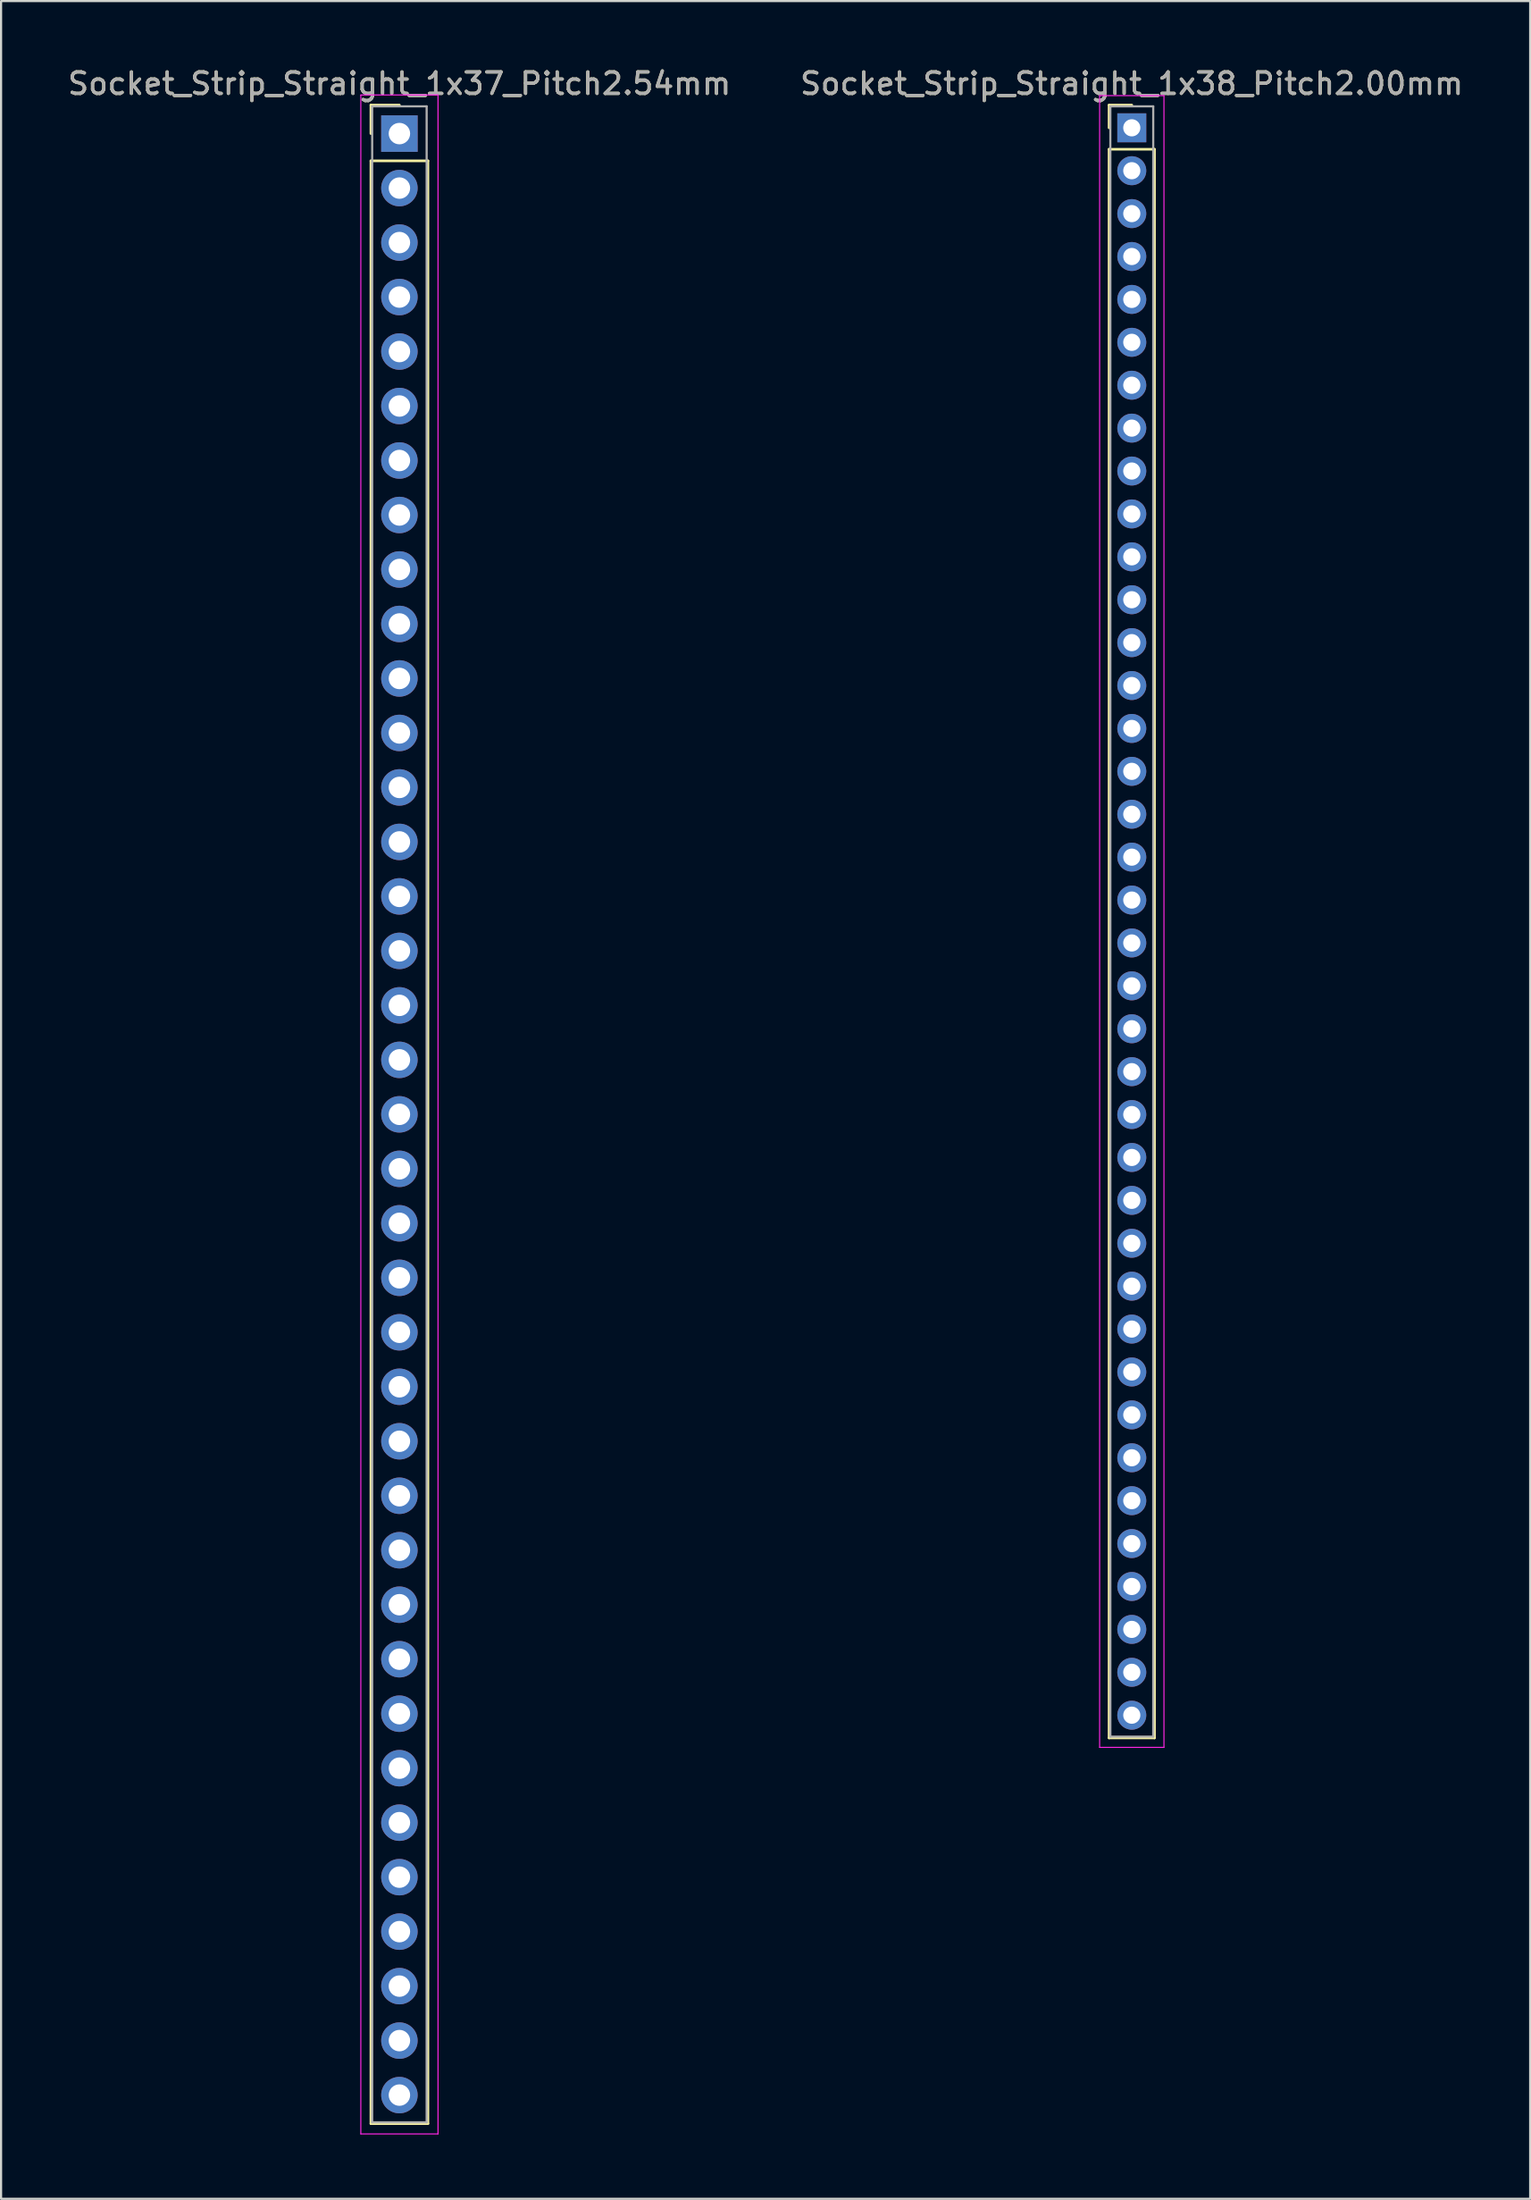
<source format=kicad_pcb>
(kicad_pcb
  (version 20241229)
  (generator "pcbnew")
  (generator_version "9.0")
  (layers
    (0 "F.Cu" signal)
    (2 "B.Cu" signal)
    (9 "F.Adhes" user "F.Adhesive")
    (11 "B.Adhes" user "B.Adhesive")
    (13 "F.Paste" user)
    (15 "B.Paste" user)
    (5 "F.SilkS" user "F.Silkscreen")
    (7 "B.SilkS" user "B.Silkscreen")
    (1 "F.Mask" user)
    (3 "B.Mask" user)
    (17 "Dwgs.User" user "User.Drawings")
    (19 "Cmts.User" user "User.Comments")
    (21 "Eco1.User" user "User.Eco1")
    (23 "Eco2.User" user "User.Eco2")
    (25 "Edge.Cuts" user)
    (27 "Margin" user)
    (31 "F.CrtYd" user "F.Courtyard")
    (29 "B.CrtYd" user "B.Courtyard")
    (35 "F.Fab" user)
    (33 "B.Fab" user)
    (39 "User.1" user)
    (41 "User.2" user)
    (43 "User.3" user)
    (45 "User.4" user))
  (footprint "Socket_Strip_Straight_1x38_Pitch2.00mm"
    (layer "F.Cu")
    (at 49.732 2.908)
    (property "Reference" "Socket_Strip_Straight_1x38_Pitch2.00mm" (at 0 -2.06 0) (layer "F.SilkS") (effects (font (size 1 1) (thickness 0.15))))
    (attr through_hole)
    (fp_line (start -1.06 -1.06) (end 0 -1.06) (stroke (width 0.12) (type solid)) (layer "F.SilkS"))
    (fp_line (start -1.06 0) (end -1.06 -1.06) (stroke (width 0.12) (type solid)) (layer "F.SilkS"))
    (fp_line (start -1.06 1) (end -1.06 75.06) (stroke (width 0.12) (type solid)) (layer "F.SilkS"))
    (fp_line (start -1.06 75.06) (end 1.06 75.06) (stroke (width 0.12) (type solid)) (layer "F.SilkS"))
    (fp_line (start 1.06 1) (end -1.06 1) (stroke (width 0.12) (type solid)) (layer "F.SilkS"))
    (fp_line (start 1.06 75.06) (end 1.06 1) (stroke (width 0.12) (type solid)) (layer "F.SilkS"))
    (fp_line (start -1.5 -1.5) (end -1.5 75.5) (stroke (width 0.05) (type solid)) (layer "F.CrtYd"))
    (fp_line (start -1.5 75.5) (end 1.5 75.5) (stroke (width 0.05) (type solid)) (layer "F.CrtYd"))
    (fp_line (start 1.5 -1.5) (end -1.5 -1.5) (stroke (width 0.05) (type solid)) (layer "F.CrtYd"))
    (fp_line (start 1.5 75.5) (end 1.5 -1.5) (stroke (width 0.05) (type solid)) (layer "F.CrtYd"))
    (fp_line (start -1 -1) (end -1 75) (stroke (width 0.1) (type solid)) (layer "F.Fab"))
    (fp_line (start -1 75) (end 1 75) (stroke (width 0.1) (type solid)) (layer "F.Fab"))
    (fp_line (start 1 -1) (end -1 -1) (stroke (width 0.1) (type solid)) (layer "F.Fab"))
    (fp_line (start 1 75) (end 1 -1) (stroke (width 0.1) (type solid)) (layer "F.Fab"))
    (fp_text user "${REFERENCE}" (at 0 -2.06 0) (layer "F.Fab") (effects (font (size 1 1) (thickness 0.15))))
    (pad "1" thru_hole rect (at 0 0) (size 1.35 1.35) (drill 0.8) (layers "*.Cu" "*.Mask"))
    (pad "2" thru_hole oval (at 0 2) (size 1.35 1.35) (drill 0.8) (layers "*.Cu" "*.Mask"))
    (pad "3" thru_hole oval (at 0 4) (size 1.35 1.35) (drill 0.8) (layers "*.Cu" "*.Mask"))
    (pad "4" thru_hole oval (at 0 6) (size 1.35 1.35) (drill 0.8) (layers "*.Cu" "*.Mask"))
    (pad "5" thru_hole oval (at 0 8) (size 1.35 1.35) (drill 0.8) (layers "*.Cu" "*.Mask"))
    (pad "6" thru_hole oval (at 0 10) (size 1.35 1.35) (drill 0.8) (layers "*.Cu" "*.Mask"))
    (pad "7" thru_hole oval (at 0 12) (size 1.35 1.35) (drill 0.8) (layers "*.Cu" "*.Mask"))
    (pad "8" thru_hole oval (at 0 14) (size 1.35 1.35) (drill 0.8) (layers "*.Cu" "*.Mask"))
    (pad "9" thru_hole oval (at 0 16) (size 1.35 1.35) (drill 0.8) (layers "*.Cu" "*.Mask"))
    (pad "10" thru_hole oval (at 0 18) (size 1.35 1.35) (drill 0.8) (layers "*.Cu" "*.Mask"))
    (pad "11" thru_hole oval (at 0 20) (size 1.35 1.35) (drill 0.8) (layers "*.Cu" "*.Mask"))
    (pad "12" thru_hole oval (at 0 22) (size 1.35 1.35) (drill 0.8) (layers "*.Cu" "*.Mask"))
    (pad "13" thru_hole oval (at 0 24) (size 1.35 1.35) (drill 0.8) (layers "*.Cu" "*.Mask"))
    (pad "14" thru_hole oval (at 0 26) (size 1.35 1.35) (drill 0.8) (layers "*.Cu" "*.Mask"))
    (pad "15" thru_hole oval (at 0 28) (size 1.35 1.35) (drill 0.8) (layers "*.Cu" "*.Mask"))
    (pad "16" thru_hole oval (at 0 30) (size 1.35 1.35) (drill 0.8) (layers "*.Cu" "*.Mask"))
    (pad "17" thru_hole oval (at 0 32) (size 1.35 1.35) (drill 0.8) (layers "*.Cu" "*.Mask"))
    (pad "18" thru_hole oval (at 0 34) (size 1.35 1.35) (drill 0.8) (layers "*.Cu" "*.Mask"))
    (pad "19" thru_hole oval (at 0 36) (size 1.35 1.35) (drill 0.8) (layers "*.Cu" "*.Mask"))
    (pad "20" thru_hole oval (at 0 38) (size 1.35 1.35) (drill 0.8) (layers "*.Cu" "*.Mask"))
    (pad "21" thru_hole oval (at 0 40) (size 1.35 1.35) (drill 0.8) (layers "*.Cu" "*.Mask"))
    (pad "22" thru_hole oval (at 0 42) (size 1.35 1.35) (drill 0.8) (layers "*.Cu" "*.Mask"))
    (pad "23" thru_hole oval (at 0 44) (size 1.35 1.35) (drill 0.8) (layers "*.Cu" "*.Mask"))
    (pad "24" thru_hole oval (at 0 46) (size 1.35 1.35) (drill 0.8) (layers "*.Cu" "*.Mask"))
    (pad "25" thru_hole oval (at 0 48) (size 1.35 1.35) (drill 0.8) (layers "*.Cu" "*.Mask"))
    (pad "26" thru_hole oval (at 0 50) (size 1.35 1.35) (drill 0.8) (layers "*.Cu" "*.Mask"))
    (pad "27" thru_hole oval (at 0 52) (size 1.35 1.35) (drill 0.8) (layers "*.Cu" "*.Mask"))
    (pad "28" thru_hole oval (at 0 54) (size 1.35 1.35) (drill 0.8) (layers "*.Cu" "*.Mask"))
    (pad "29" thru_hole oval (at 0 56) (size 1.35 1.35) (drill 0.8) (layers "*.Cu" "*.Mask"))
    (pad "30" thru_hole oval (at 0 58) (size 1.35 1.35) (drill 0.8) (layers "*.Cu" "*.Mask"))
    (pad "31" thru_hole oval (at 0 60) (size 1.35 1.35) (drill 0.8) (layers "*.Cu" "*.Mask"))
    (pad "32" thru_hole oval (at 0 62) (size 1.35 1.35) (drill 0.8) (layers "*.Cu" "*.Mask"))
    (pad "33" thru_hole oval (at 0 64) (size 1.35 1.35) (drill 0.8) (layers "*.Cu" "*.Mask"))
    (pad "34" thru_hole oval (at 0 66) (size 1.35 1.35) (drill 0.8) (layers "*.Cu" "*.Mask"))
    (pad "35" thru_hole oval (at 0 68) (size 1.35 1.35) (drill 0.8) (layers "*.Cu" "*.Mask"))
    (pad "36" thru_hole oval (at 0 70) (size 1.35 1.35) (drill 0.8) (layers "*.Cu" "*.Mask"))
    (pad "37" thru_hole oval (at 0 72) (size 1.35 1.35) (drill 0.8) (layers "*.Cu" "*.Mask"))
    (pad "38" thru_hole oval (at 0 74) (size 1.35 1.35) (drill 0.8) (layers "*.Cu" "*.Mask")))
  (footprint "Socket_Strip_Straight_1x37_Pitch2.54mm"
    (layer "F.Cu")
    (at 15.577 3.178)
    (property "Reference" "Socket_Strip_Straight_1x37_Pitch2.54mm" (at 0 -2.33 0) (layer "F.SilkS") (effects (font (size 1 1) (thickness 0.15))))
    (attr through_hole)
    (fp_line (start -1.33 -1.33) (end 0 -1.33) (stroke (width 0.12) (type solid)) (layer "F.SilkS"))
    (fp_line (start -1.33 0) (end -1.33 -1.33) (stroke (width 0.12) (type solid)) (layer "F.SilkS"))
    (fp_line (start -1.33 1.27) (end -1.33 92.77) (stroke (width 0.12) (type solid)) (layer "F.SilkS"))
    (fp_line (start -1.33 92.77) (end 1.33 92.77) (stroke (width 0.12) (type solid)) (layer "F.SilkS"))
    (fp_line (start 1.33 1.27) (end -1.33 1.27) (stroke (width 0.12) (type solid)) (layer "F.SilkS"))
    (fp_line (start 1.33 92.77) (end 1.33 1.27) (stroke (width 0.12) (type solid)) (layer "F.SilkS"))
    (fp_line (start -1.8 -1.8) (end -1.8 93.25) (stroke (width 0.05) (type solid)) (layer "F.CrtYd"))
    (fp_line (start -1.8 93.25) (end 1.8 93.25) (stroke (width 0.05) (type solid)) (layer "F.CrtYd"))
    (fp_line (start 1.8 -1.8) (end -1.8 -1.8) (stroke (width 0.05) (type solid)) (layer "F.CrtYd"))
    (fp_line (start 1.8 93.25) (end 1.8 -1.8) (stroke (width 0.05) (type solid)) (layer "F.CrtYd"))
    (fp_line (start -1.27 -1.27) (end -1.27 92.71) (stroke (width 0.1) (type solid)) (layer "F.Fab"))
    (fp_line (start -1.27 92.71) (end 1.27 92.71) (stroke (width 0.1) (type solid)) (layer "F.Fab"))
    (fp_line (start 1.27 -1.27) (end -1.27 -1.27) (stroke (width 0.1) (type solid)) (layer "F.Fab"))
    (fp_line (start 1.27 92.71) (end 1.27 -1.27) (stroke (width 0.1) (type solid)) (layer "F.Fab"))
    (fp_text user "${REFERENCE}" (at 0 -2.33 0) (layer "F.Fab") (effects (font (size 1 1) (thickness 0.15))))
    (pad "1" thru_hole rect (at 0 0) (size 1.7 1.7) (drill 1) (layers "*.Cu" "*.Mask"))
    (pad "2" thru_hole oval (at 0 2.54) (size 1.7 1.7) (drill 1) (layers "*.Cu" "*.Mask"))
    (pad "3" thru_hole oval (at 0 5.08) (size 1.7 1.7) (drill 1) (layers "*.Cu" "*.Mask"))
    (pad "4" thru_hole oval (at 0 7.62) (size 1.7 1.7) (drill 1) (layers "*.Cu" "*.Mask"))
    (pad "5" thru_hole oval (at 0 10.16) (size 1.7 1.7) (drill 1) (layers "*.Cu" "*.Mask"))
    (pad "6" thru_hole oval (at 0 12.7) (size 1.7 1.7) (drill 1) (layers "*.Cu" "*.Mask"))
    (pad "7" thru_hole oval (at 0 15.24) (size 1.7 1.7) (drill 1) (layers "*.Cu" "*.Mask"))
    (pad "8" thru_hole oval (at 0 17.78) (size 1.7 1.7) (drill 1) (layers "*.Cu" "*.Mask"))
    (pad "9" thru_hole oval (at 0 20.32) (size 1.7 1.7) (drill 1) (layers "*.Cu" "*.Mask"))
    (pad "10" thru_hole oval (at 0 22.86) (size 1.7 1.7) (drill 1) (layers "*.Cu" "*.Mask"))
    (pad "11" thru_hole oval (at 0 25.4) (size 1.7 1.7) (drill 1) (layers "*.Cu" "*.Mask"))
    (pad "12" thru_hole oval (at 0 27.94) (size 1.7 1.7) (drill 1) (layers "*.Cu" "*.Mask"))
    (pad "13" thru_hole oval (at 0 30.48) (size 1.7 1.7) (drill 1) (layers "*.Cu" "*.Mask"))
    (pad "14" thru_hole oval (at 0 33.02) (size 1.7 1.7) (drill 1) (layers "*.Cu" "*.Mask"))
    (pad "15" thru_hole oval (at 0 35.56) (size 1.7 1.7) (drill 1) (layers "*.Cu" "*.Mask"))
    (pad "16" thru_hole oval (at 0 38.1) (size 1.7 1.7) (drill 1) (layers "*.Cu" "*.Mask"))
    (pad "17" thru_hole oval (at 0 40.64) (size 1.7 1.7) (drill 1) (layers "*.Cu" "*.Mask"))
    (pad "18" thru_hole oval (at 0 43.18) (size 1.7 1.7) (drill 1) (layers "*.Cu" "*.Mask"))
    (pad "19" thru_hole oval (at 0 45.72) (size 1.7 1.7) (drill 1) (layers "*.Cu" "*.Mask"))
    (pad "20" thru_hole oval (at 0 48.26) (size 1.7 1.7) (drill 1) (layers "*.Cu" "*.Mask"))
    (pad "21" thru_hole oval (at 0 50.8) (size 1.7 1.7) (drill 1) (layers "*.Cu" "*.Mask"))
    (pad "22" thru_hole oval (at 0 53.34) (size 1.7 1.7) (drill 1) (layers "*.Cu" "*.Mask"))
    (pad "23" thru_hole oval (at 0 55.88) (size 1.7 1.7) (drill 1) (layers "*.Cu" "*.Mask"))
    (pad "24" thru_hole oval (at 0 58.42) (size 1.7 1.7) (drill 1) (layers "*.Cu" "*.Mask"))
    (pad "25" thru_hole oval (at 0 60.96) (size 1.7 1.7) (drill 1) (layers "*.Cu" "*.Mask"))
    (pad "26" thru_hole oval (at 0 63.5) (size 1.7 1.7) (drill 1) (layers "*.Cu" "*.Mask"))
    (pad "27" thru_hole oval (at 0 66.04) (size 1.7 1.7) (drill 1) (layers "*.Cu" "*.Mask"))
    (pad "28" thru_hole oval (at 0 68.58) (size 1.7 1.7) (drill 1) (layers "*.Cu" "*.Mask"))
    (pad "29" thru_hole oval (at 0 71.12) (size 1.7 1.7) (drill 1) (layers "*.Cu" "*.Mask"))
    (pad "30" thru_hole oval (at 0 73.66) (size 1.7 1.7) (drill 1) (layers "*.Cu" "*.Mask"))
    (pad "31" thru_hole oval (at 0 76.2) (size 1.7 1.7) (drill 1) (layers "*.Cu" "*.Mask"))
    (pad "32" thru_hole oval (at 0 78.74) (size 1.7 1.7) (drill 1) (layers "*.Cu" "*.Mask"))
    (pad "33" thru_hole oval (at 0 81.28) (size 1.7 1.7) (drill 1) (layers "*.Cu" "*.Mask"))
    (pad "34" thru_hole oval (at 0 83.82) (size 1.7 1.7) (drill 1) (layers "*.Cu" "*.Mask"))
    (pad "35" thru_hole oval (at 0 86.36) (size 1.7 1.7) (drill 1) (layers "*.Cu" "*.Mask"))
    (pad "36" thru_hole oval (at 0 88.9) (size 1.7 1.7) (drill 1) (layers "*.Cu" "*.Mask"))
    (pad "37" thru_hole oval (at 0 91.44) (size 1.7 1.7) (drill 1) (layers "*.Cu" "*.Mask")))
  (gr_rect
    (start -3 -3)
    (end 68.31 99.453)
    (stroke (width 0.1) (type default))
    (fill no)
    (layer "Edge.Cuts")))
</source>
